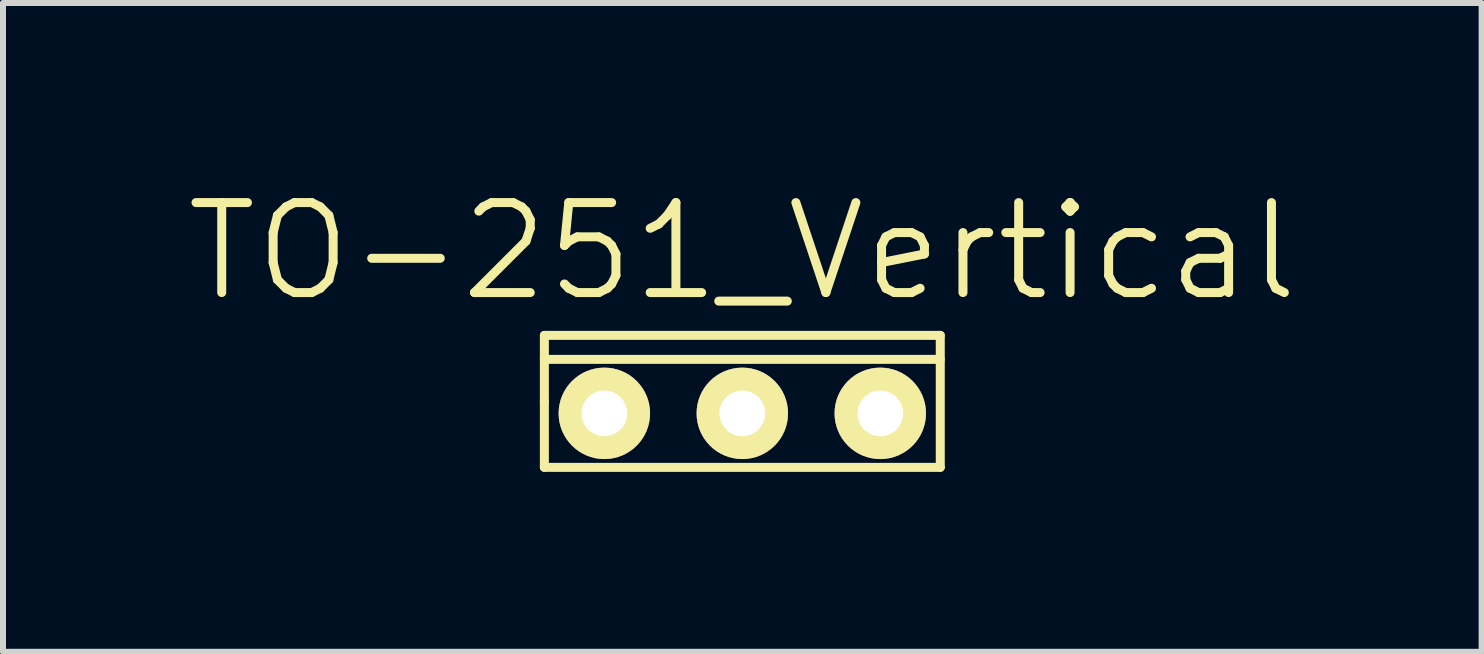
<source format=kicad_pcb>
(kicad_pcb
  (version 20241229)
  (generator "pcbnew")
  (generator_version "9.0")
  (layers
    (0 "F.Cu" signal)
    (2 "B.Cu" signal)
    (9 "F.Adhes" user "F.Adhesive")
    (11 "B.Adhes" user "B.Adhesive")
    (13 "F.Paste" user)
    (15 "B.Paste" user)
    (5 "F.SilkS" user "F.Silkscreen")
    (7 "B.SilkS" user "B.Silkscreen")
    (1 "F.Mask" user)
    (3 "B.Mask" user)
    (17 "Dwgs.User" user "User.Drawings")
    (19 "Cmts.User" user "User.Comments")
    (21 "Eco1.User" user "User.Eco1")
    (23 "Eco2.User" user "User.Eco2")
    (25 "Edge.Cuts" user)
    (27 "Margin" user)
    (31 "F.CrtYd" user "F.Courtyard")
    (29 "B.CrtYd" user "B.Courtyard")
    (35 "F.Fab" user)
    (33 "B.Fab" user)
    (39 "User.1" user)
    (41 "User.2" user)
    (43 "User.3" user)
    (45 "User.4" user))
  (footprint "TO-251_Vertical"
    (layer "F.Cu")
    (at 9.325 3.841)
    (property "Reference" "TO-251_Vertical" (at 0 -2.7 0) (layer "F.SilkS") (effects (font (size 1.5 1.5) (thickness 0.15))))
    (attr through_hole)
    (fp_line (start -3.3 -1.3) (end 3.3 -1.3) (stroke (width 0.15) (type solid)) (layer "F.SilkS"))
    (fp_line (start -3.3 -0.9) (end 3.3 -0.9) (stroke (width 0.15) (type solid)) (layer "F.SilkS"))
    (fp_line (start -3.3 -0.2) (end -3.3 -1.3) (stroke (width 0.15) (type solid)) (layer "F.SilkS"))
    (fp_line (start -3.3 0.9) (end -3.3 -0.2) (stroke (width 0.15) (type solid)) (layer "F.SilkS"))
    (fp_line (start 3.3 -1.3) (end 3.3 0.9) (stroke (width 0.15) (type solid)) (layer "F.SilkS"))
    (fp_line (start 3.3 0.9) (end -3.3 0.9) (stroke (width 0.15) (type solid)) (layer "F.SilkS"))
    (pad "1" thru_hole circle (at -2.3 0) (size 1.524 1.524) (drill 0.762) (layers "*.Cu" "*.Mask" "F.SilkS"))
    (pad "2" thru_hole circle (at 0 0) (size 1.524 1.524) (drill 0.762) (layers "*.Cu" "*.Mask" "F.SilkS"))
    (pad "3" thru_hole circle (at 2.3 0) (size 1.524 1.524) (drill 0.762) (layers "*.Cu" "*.Mask" "F.SilkS")))
  (gr_rect
    (start -3 -3)
    (end 21.65 7.816)
    (stroke (width 0.1) (type default))
    (fill no)
    (layer "Edge.Cuts")))
</source>
